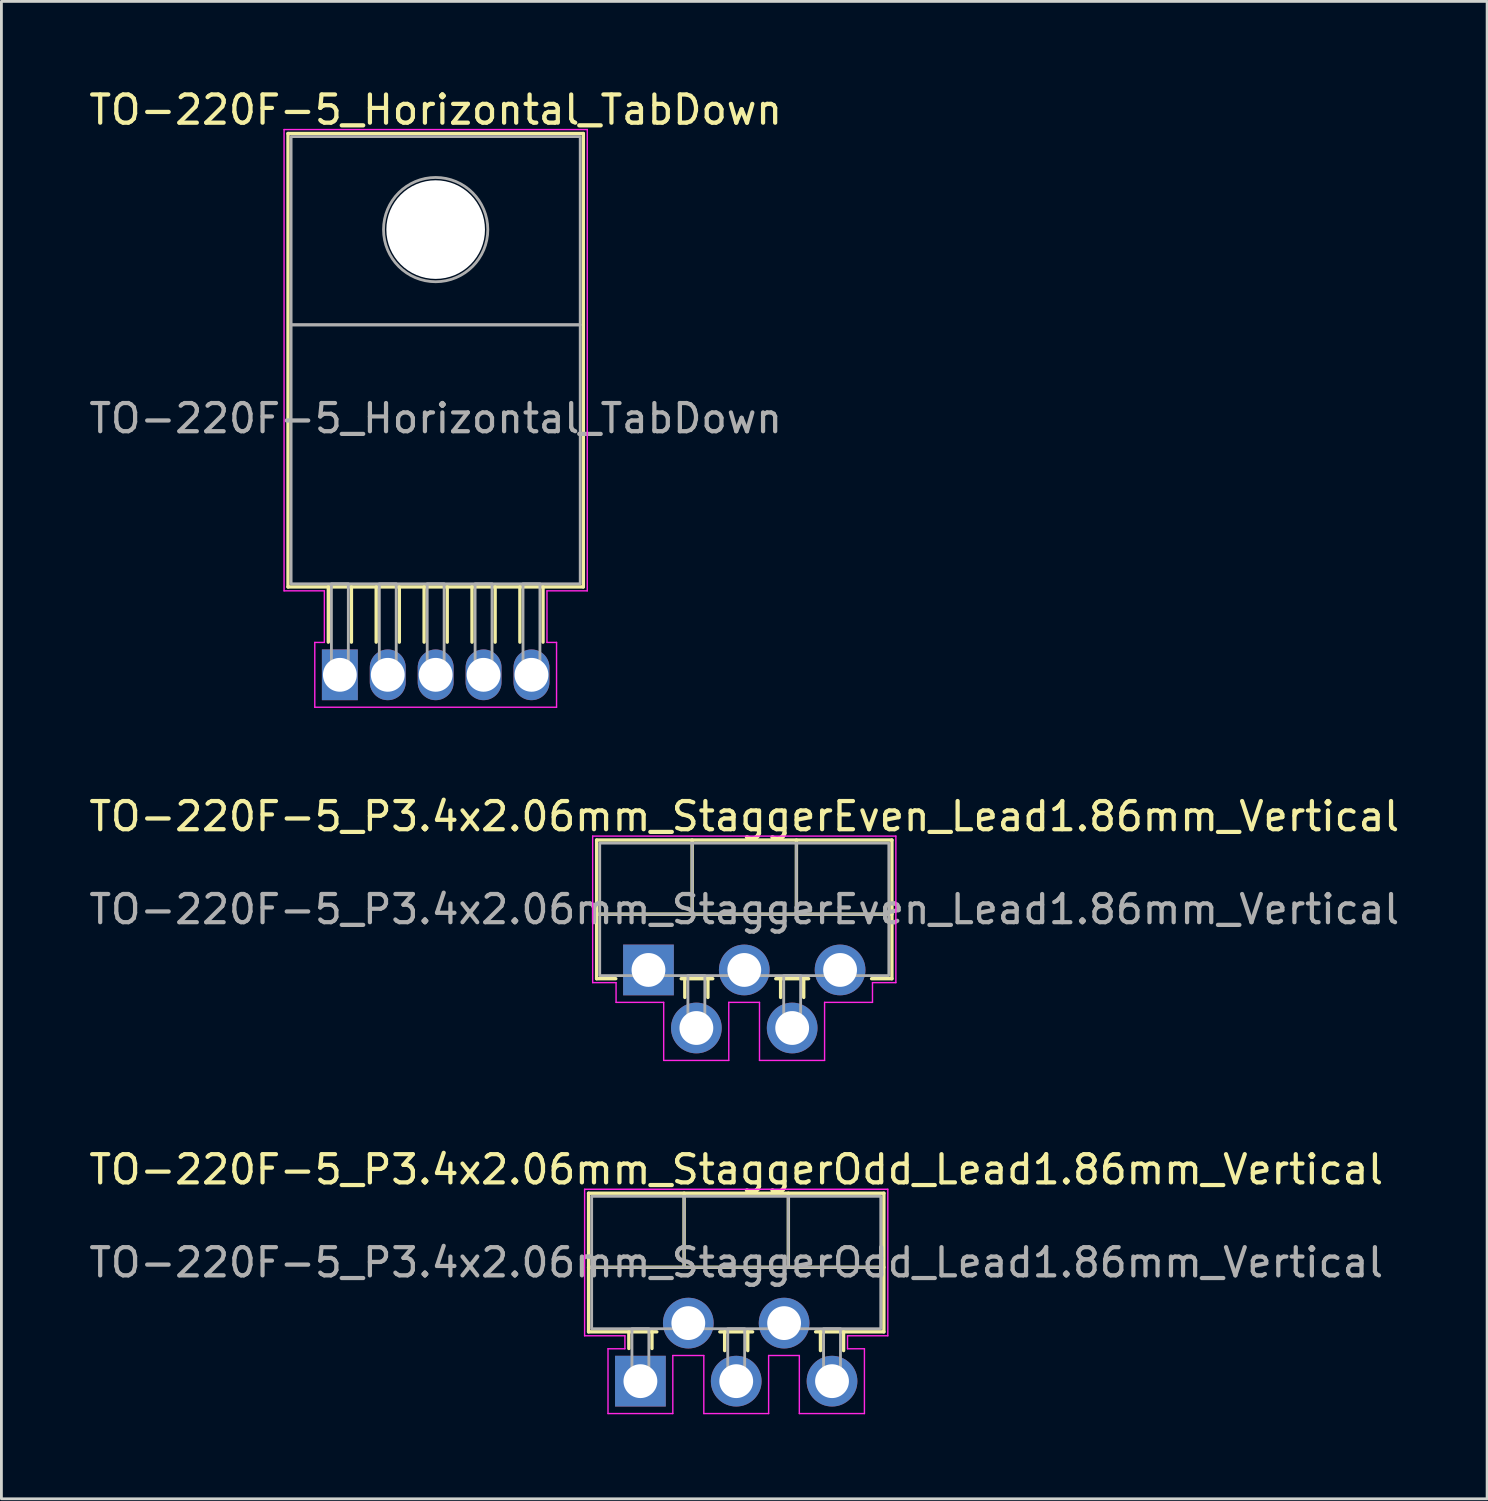
<source format=kicad_pcb>
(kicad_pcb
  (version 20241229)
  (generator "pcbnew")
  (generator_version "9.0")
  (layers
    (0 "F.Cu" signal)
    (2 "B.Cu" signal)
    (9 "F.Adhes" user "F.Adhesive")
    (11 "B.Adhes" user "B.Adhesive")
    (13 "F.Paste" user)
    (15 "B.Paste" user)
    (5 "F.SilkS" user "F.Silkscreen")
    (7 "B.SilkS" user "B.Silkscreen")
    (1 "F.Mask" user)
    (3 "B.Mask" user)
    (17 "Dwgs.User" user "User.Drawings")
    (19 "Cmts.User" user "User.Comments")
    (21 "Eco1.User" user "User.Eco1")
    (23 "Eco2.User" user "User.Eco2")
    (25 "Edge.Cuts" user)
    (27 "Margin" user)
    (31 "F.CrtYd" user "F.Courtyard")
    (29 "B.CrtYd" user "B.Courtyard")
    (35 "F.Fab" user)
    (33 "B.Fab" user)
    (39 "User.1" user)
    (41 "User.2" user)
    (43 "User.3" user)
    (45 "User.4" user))
  (footprint "TO-220F-5_P3.4x2.06mm_StaggerEven_Lead1.86mm_Vertical"
    (layer "F.Cu")
    (at 19.963 31.372)
    (property "Reference" "TO-220F-5_P3.4x2.06mm_StaggerEven_Lead1.86mm_Vertical" (at 3.4 -5.45 0) (layer "F.SilkS") (effects (font (size 1 1) (thickness 0.15))))
    (attr through_hole)
    (fp_line (start -1.84 -4.61) (end -1.84 0.31) (stroke (width 0.12) (type solid)) (layer "F.SilkS"))
    (fp_line (start -1.84 -4.61) (end 8.64 -4.61) (stroke (width 0.12) (type solid)) (layer "F.SilkS"))
    (fp_line (start -1.84 -1.98) (end 8.64 -1.98) (stroke (width 0.12) (type solid)) (layer "F.SilkS"))
    (fp_line (start -1.84 0.31) (end -1.16 0.31) (stroke (width 0.12) (type solid)) (layer "F.SilkS"))
    (fp_line (start 1.16 0.31) (end 2.282 0.31) (stroke (width 0.12) (type solid)) (layer "F.SilkS"))
    (fp_line (start 1.29 0.31) (end 1.29 0.975) (stroke (width 0.12) (type solid)) (layer "F.SilkS"))
    (fp_line (start 1.55 -4.61) (end 1.55 -1.98) (stroke (width 0.12) (type solid)) (layer "F.SilkS"))
    (fp_line (start 2.11 0.31) (end 2.11 0.975) (stroke (width 0.12) (type solid)) (layer "F.SilkS"))
    (fp_line (start 4.518 0.31) (end 5.682 0.31) (stroke (width 0.12) (type solid)) (layer "F.SilkS"))
    (fp_line (start 4.69 0.31) (end 4.69 0.975) (stroke (width 0.12) (type solid)) (layer "F.SilkS"))
    (fp_line (start 5.25 -4.61) (end 5.25 -1.98) (stroke (width 0.12) (type solid)) (layer "F.SilkS"))
    (fp_line (start 5.51 0.31) (end 5.51 0.975) (stroke (width 0.12) (type solid)) (layer "F.SilkS"))
    (fp_line (start 7.918 0.31) (end 8.64 0.31) (stroke (width 0.12) (type solid)) (layer "F.SilkS"))
    (fp_line (start 8.64 -4.61) (end 8.64 0.31) (stroke (width 0.12) (type solid)) (layer "F.SilkS"))
    (fp_line (start -1.98 -4.75) (end 8.78 -4.75) (stroke (width 0.05) (type solid)) (layer "F.CrtYd"))
    (fp_line (start -1.98 0.45) (end -1.98 -4.75) (stroke (width 0.05) (type solid)) (layer "F.CrtYd"))
    (fp_line (start -1.15 0.45) (end -1.98 0.45) (stroke (width 0.05) (type solid)) (layer "F.CrtYd"))
    (fp_line (start -1.15 1.15) (end -1.15 0.45) (stroke (width 0.05) (type solid)) (layer "F.CrtYd"))
    (fp_line (start 0.54 1.15) (end -1.15 1.15) (stroke (width 0.05) (type solid)) (layer "F.CrtYd"))
    (fp_line (start 0.54 3.21) (end 0.54 1.15) (stroke (width 0.05) (type solid)) (layer "F.CrtYd"))
    (fp_line (start 2.85 1.15) (end 2.85 3.21) (stroke (width 0.05) (type solid)) (layer "F.CrtYd"))
    (fp_line (start 2.85 3.21) (end 0.54 3.21) (stroke (width 0.05) (type solid)) (layer "F.CrtYd"))
    (fp_line (start 3.94 1.15) (end 2.85 1.15) (stroke (width 0.05) (type solid)) (layer "F.CrtYd"))
    (fp_line (start 3.94 3.21) (end 3.94 1.15) (stroke (width 0.05) (type solid)) (layer "F.CrtYd"))
    (fp_line (start 6.25 1.15) (end 6.25 3.21) (stroke (width 0.05) (type solid)) (layer "F.CrtYd"))
    (fp_line (start 6.25 3.21) (end 3.94 3.21) (stroke (width 0.05) (type solid)) (layer "F.CrtYd"))
    (fp_line (start 7.95 0.45) (end 7.95 1.15) (stroke (width 0.05) (type solid)) (layer "F.CrtYd"))
    (fp_line (start 7.95 1.15) (end 6.25 1.15) (stroke (width 0.05) (type solid)) (layer "F.CrtYd"))
    (fp_line (start 8.78 -4.75) (end 8.78 0.45) (stroke (width 0.05) (type solid)) (layer "F.CrtYd"))
    (fp_line (start 8.78 0.45) (end 7.95 0.45) (stroke (width 0.05) (type solid)) (layer "F.CrtYd"))
    (fp_line (start -1.73 -1.98) (end 8.53 -1.98) (stroke (width 0.1) (type solid)) (layer "F.Fab"))
    (fp_line (start 1.55 -4.5) (end 1.55 -1.98) (stroke (width 0.1) (type solid)) (layer "F.Fab"))
    (fp_line (start 5.25 -4.5) (end 5.25 -1.98) (stroke (width 0.1) (type solid)) (layer "F.Fab"))
    (fp_rect (start -1.73 -4.5) (end 8.53 0.2) (stroke (width 0.1) (type solid)) (fill no) (layer "F.Fab"))
    (fp_rect (start 1.4 0.2) (end 2 2.06) (stroke (width 0.1) (type solid)) (fill no) (layer "F.Fab"))
    (fp_rect (start 4.8 0.2) (end 5.4 2.06) (stroke (width 0.1) (type solid)) (fill no) (layer "F.Fab"))
    (fp_text user "${REFERENCE}" (at 3.4 -2.15 0) (layer "F.Fab") (effects (font (size 1 1) (thickness 0.15))))
    (pad "1" thru_hole rect (at 0 0) (size 1.8 1.8) (drill 1.2) (layers "*.Cu" "*.Mask"))
    (pad "2" thru_hole circle (at 1.7 2.06) (size 1.8 1.8) (drill 1.2) (layers "*.Cu" "*.Mask"))
    (pad "3" thru_hole circle (at 3.4 0) (size 1.8 1.8) (drill 1.2) (layers "*.Cu" "*.Mask"))
    (pad "4" thru_hole circle (at 5.1 2.06) (size 1.8 1.8) (drill 1.2) (layers "*.Cu" "*.Mask"))
    (pad "5" thru_hole circle (at 6.8 0) (size 1.8 1.8) (drill 1.2) (layers "*.Cu" "*.Mask")))
  (footprint "TO-220F-5_P3.4x2.06mm_StaggerOdd_Lead1.86mm_Vertical"
    (layer "F.Cu")
    (at 19.677 45.965)
    (property "Reference" "TO-220F-5_P3.4x2.06mm_StaggerOdd_Lead1.86mm_Vertical" (at 3.4 -7.51 0) (layer "F.SilkS") (effects (font (size 1 1) (thickness 0.15))))
    (attr through_hole)
    (fp_line (start -1.84 -6.67) (end -1.84 -1.75) (stroke (width 0.12) (type solid)) (layer "F.SilkS"))
    (fp_line (start -1.84 -6.67) (end 8.64 -6.67) (stroke (width 0.12) (type solid)) (layer "F.SilkS"))
    (fp_line (start -1.84 -4.04) (end 8.64 -4.04) (stroke (width 0.12) (type solid)) (layer "F.SilkS"))
    (fp_line (start -1.84 -1.75) (end 0.582 -1.75) (stroke (width 0.12) (type solid)) (layer "F.SilkS"))
    (fp_line (start -0.41 -1.75) (end -0.41 -1.16) (stroke (width 0.12) (type solid)) (layer "F.SilkS"))
    (fp_line (start 0.41 -1.75) (end 0.41 -1.16) (stroke (width 0.12) (type solid)) (layer "F.SilkS"))
    (fp_line (start 1.55 -6.67) (end 1.55 -4.04) (stroke (width 0.12) (type solid)) (layer "F.SilkS"))
    (fp_line (start 2.818 -1.75) (end 3.982 -1.75) (stroke (width 0.12) (type solid)) (layer "F.SilkS"))
    (fp_line (start 2.99 -1.75) (end 2.99 -1.085) (stroke (width 0.12) (type solid)) (layer "F.SilkS"))
    (fp_line (start 3.81 -1.75) (end 3.81 -1.085) (stroke (width 0.12) (type solid)) (layer "F.SilkS"))
    (fp_line (start 5.25 -6.67) (end 5.25 -4.04) (stroke (width 0.12) (type solid)) (layer "F.SilkS"))
    (fp_line (start 6.218 -1.75) (end 8.64 -1.75) (stroke (width 0.12) (type solid)) (layer "F.SilkS"))
    (fp_line (start 6.39 -1.75) (end 6.39 -1.085) (stroke (width 0.12) (type solid)) (layer "F.SilkS"))
    (fp_line (start 7.21 -1.75) (end 7.21 -1.085) (stroke (width 0.12) (type solid)) (layer "F.SilkS"))
    (fp_line (start 8.64 -6.67) (end 8.64 -1.75) (stroke (width 0.12) (type solid)) (layer "F.SilkS"))
    (fp_line (start -1.98 -6.81) (end 8.78 -6.81) (stroke (width 0.05) (type solid)) (layer "F.CrtYd"))
    (fp_line (start -1.98 -1.61) (end -1.98 -6.81) (stroke (width 0.05) (type solid)) (layer "F.CrtYd"))
    (fp_line (start -1.15 -1.15) (end -0.55 -1.15) (stroke (width 0.05) (type solid)) (layer "F.CrtYd"))
    (fp_line (start -1.15 1.15) (end -1.15 -1.15) (stroke (width 0.05) (type solid)) (layer "F.CrtYd"))
    (fp_line (start -0.55 -1.61) (end -1.98 -1.61) (stroke (width 0.05) (type solid)) (layer "F.CrtYd"))
    (fp_line (start -0.55 -1.15) (end -0.55 -1.61) (stroke (width 0.05) (type solid)) (layer "F.CrtYd"))
    (fp_line (start 1.15 -0.91) (end 1.15 1.15) (stroke (width 0.05) (type solid)) (layer "F.CrtYd"))
    (fp_line (start 1.15 1.15) (end -1.15 1.15) (stroke (width 0.05) (type solid)) (layer "F.CrtYd"))
    (fp_line (start 2.25 -0.91) (end 1.15 -0.91) (stroke (width 0.05) (type solid)) (layer "F.CrtYd"))
    (fp_line (start 2.25 1.15) (end 2.25 -0.91) (stroke (width 0.05) (type solid)) (layer "F.CrtYd"))
    (fp_line (start 4.55 -0.91) (end 4.55 1.15) (stroke (width 0.05) (type solid)) (layer "F.CrtYd"))
    (fp_line (start 4.55 1.15) (end 2.25 1.15) (stroke (width 0.05) (type solid)) (layer "F.CrtYd"))
    (fp_line (start 5.64 -0.91) (end 4.55 -0.91) (stroke (width 0.05) (type solid)) (layer "F.CrtYd"))
    (fp_line (start 5.64 1.15) (end 5.64 -0.91) (stroke (width 0.05) (type solid)) (layer "F.CrtYd"))
    (fp_line (start 7.35 -1.61) (end 7.35 -1.15) (stroke (width 0.05) (type solid)) (layer "F.CrtYd"))
    (fp_line (start 7.35 -1.15) (end 7.95 -1.15) (stroke (width 0.05) (type solid)) (layer "F.CrtYd"))
    (fp_line (start 7.95 -1.15) (end 7.95 1.15) (stroke (width 0.05) (type solid)) (layer "F.CrtYd"))
    (fp_line (start 7.95 1.15) (end 5.64 1.15) (stroke (width 0.05) (type solid)) (layer "F.CrtYd"))
    (fp_line (start 8.78 -6.81) (end 8.78 -1.61) (stroke (width 0.05) (type solid)) (layer "F.CrtYd"))
    (fp_line (start 8.78 -1.61) (end 7.35 -1.61) (stroke (width 0.05) (type solid)) (layer "F.CrtYd"))
    (fp_line (start -1.73 -4.04) (end 8.53 -4.04) (stroke (width 0.1) (type solid)) (layer "F.Fab"))
    (fp_line (start 1.55 -6.56) (end 1.55 -4.04) (stroke (width 0.1) (type solid)) (layer "F.Fab"))
    (fp_line (start 5.25 -6.56) (end 5.25 -4.04) (stroke (width 0.1) (type solid)) (layer "F.Fab"))
    (fp_rect (start -1.73 -6.56) (end 8.53 -1.86) (stroke (width 0.1) (type solid)) (fill no) (layer "F.Fab"))
    (fp_rect (start -0.3 -1.86) (end 0.3 0) (stroke (width 0.1) (type solid)) (fill no) (layer "F.Fab"))
    (fp_rect (start 3.1 -1.86) (end 3.7 0) (stroke (width 0.1) (type solid)) (fill no) (layer "F.Fab"))
    (fp_rect (start 6.5 -1.86) (end 7.1 0) (stroke (width 0.1) (type solid)) (fill no) (layer "F.Fab"))
    (fp_text user "${REFERENCE}" (at 3.4 -4.21 0) (layer "F.Fab") (effects (font (size 1 1) (thickness 0.15))))
    (pad "1" thru_hole rect (at 0 0) (size 1.8 1.8) (drill 1.2) (layers "*.Cu" "*.Mask"))
    (pad "2" thru_hole circle (at 1.7 -2.06) (size 1.8 1.8) (drill 1.2) (layers "*.Cu" "*.Mask"))
    (pad "3" thru_hole circle (at 3.4 0) (size 1.8 1.8) (drill 1.2) (layers "*.Cu" "*.Mask"))
    (pad "4" thru_hole circle (at 5.1 -2.06) (size 1.8 1.8) (drill 1.2) (layers "*.Cu" "*.Mask"))
    (pad "5" thru_hole circle (at 6.8 0) (size 1.8 1.8) (drill 1.2) (layers "*.Cu" "*.Mask")))
  (footprint "TO-220F-5_Horizontal_TabDown"
    (layer "F.Cu")
    (at 9.011 20.898)
    (property "Reference" "TO-220F-5_Horizontal_TabDown" (at 3.4 -20.05 0) (layer "F.SilkS") (effects (font (size 1 1) (thickness 0.15))))
    (attr through_hole)
    (fp_line (start -1.84 -19.21) (end 8.64 -19.21) (stroke (width 0.12) (type solid)) (layer "F.SilkS"))
    (fp_line (start -1.84 -3.12) (end -1.84 -19.21) (stroke (width 0.12) (type solid)) (layer "F.SilkS"))
    (fp_line (start -1.84 -3.12) (end 8.64 -3.12) (stroke (width 0.12) (type solid)) (layer "F.SilkS"))
    (fp_line (start -0.41 -3.12) (end -0.41 -1.16) (stroke (width 0.12) (type solid)) (layer "F.SilkS"))
    (fp_line (start 0.41 -3.12) (end 0.41 -1.16) (stroke (width 0.12) (type solid)) (layer "F.SilkS"))
    (fp_line (start 1.29 -3.12) (end 1.29 -1.16) (stroke (width 0.12) (type solid)) (layer "F.SilkS"))
    (fp_line (start 2.11 -3.12) (end 2.11 -1.16) (stroke (width 0.12) (type solid)) (layer "F.SilkS"))
    (fp_line (start 2.99 -3.12) (end 2.99 -1.16) (stroke (width 0.12) (type solid)) (layer "F.SilkS"))
    (fp_line (start 3.81 -3.12) (end 3.81 -1.16) (stroke (width 0.12) (type solid)) (layer "F.SilkS"))
    (fp_line (start 4.69 -3.12) (end 4.69 -1.16) (stroke (width 0.12) (type solid)) (layer "F.SilkS"))
    (fp_line (start 5.51 -3.12) (end 5.51 -1.16) (stroke (width 0.12) (type solid)) (layer "F.SilkS"))
    (fp_line (start 6.39 -3.12) (end 6.39 -1.16) (stroke (width 0.12) (type solid)) (layer "F.SilkS"))
    (fp_line (start 7.21 -3.12) (end 7.21 -1.16) (stroke (width 0.12) (type solid)) (layer "F.SilkS"))
    (fp_line (start 8.64 -3.12) (end 8.64 -19.21) (stroke (width 0.12) (type solid)) (layer "F.SilkS"))
    (fp_line (start -1.98 -19.35) (end 8.78 -19.35) (stroke (width 0.05) (type solid)) (layer "F.CrtYd"))
    (fp_line (start -1.98 -2.98) (end -1.98 -19.35) (stroke (width 0.05) (type solid)) (layer "F.CrtYd"))
    (fp_line (start -0.89 -1.15) (end -0.55 -1.15) (stroke (width 0.05) (type solid)) (layer "F.CrtYd"))
    (fp_line (start -0.89 1.15) (end -0.89 -1.15) (stroke (width 0.05) (type solid)) (layer "F.CrtYd"))
    (fp_line (start -0.55 -2.98) (end -1.98 -2.98) (stroke (width 0.05) (type solid)) (layer "F.CrtYd"))
    (fp_line (start -0.55 -1.15) (end -0.55 -2.98) (stroke (width 0.05) (type solid)) (layer "F.CrtYd"))
    (fp_line (start 7.35 -2.98) (end 7.35 -1.15) (stroke (width 0.05) (type solid)) (layer "F.CrtYd"))
    (fp_line (start 7.35 -1.15) (end 7.69 -1.15) (stroke (width 0.05) (type solid)) (layer "F.CrtYd"))
    (fp_line (start 7.69 -1.15) (end 7.69 1.15) (stroke (width 0.05) (type solid)) (layer "F.CrtYd"))
    (fp_line (start 7.69 1.15) (end -0.89 1.15) (stroke (width 0.05) (type solid)) (layer "F.CrtYd"))
    (fp_line (start 8.78 -19.35) (end 8.78 -2.98) (stroke (width 0.05) (type solid)) (layer "F.CrtYd"))
    (fp_line (start 8.78 -2.98) (end 7.35 -2.98) (stroke (width 0.05) (type solid)) (layer "F.CrtYd"))
    (fp_rect (start -1.73 -19.1) (end 8.53 -12.42) (stroke (width 0.1) (type solid)) (fill no) (layer "F.Fab"))
    (fp_rect (start -1.73 -3.23) (end 8.53 -12.42) (stroke (width 0.1) (type solid)) (fill no) (layer "F.Fab"))
    (fp_rect (start -0.3 -3.23) (end 0.3 0) (stroke (width 0.1) (type solid)) (fill no) (layer "F.Fab"))
    (fp_rect (start 1.4 -3.23) (end 2 0) (stroke (width 0.1) (type solid)) (fill no) (layer "F.Fab"))
    (fp_rect (start 3.1 -3.23) (end 3.7 0) (stroke (width 0.1) (type solid)) (fill no) (layer "F.Fab"))
    (fp_rect (start 4.8 -3.23) (end 5.4 0) (stroke (width 0.1) (type solid)) (fill no) (layer "F.Fab"))
    (fp_rect (start 6.5 -3.23) (end 7.1 0) (stroke (width 0.1) (type solid)) (fill no) (layer "F.Fab"))
    (fp_circle (center 3.4 -15.8) (end 5.25 -15.8) (stroke (width 0.1) (type solid)) (fill no) (layer "F.Fab"))
    (fp_text user "${REFERENCE}" (at 3.4 -9.1 0) (layer "F.Fab") (effects (font (size 1 1) (thickness 0.15))))
    (pad "" np_thru_hole circle (at 3.4 -15.8) (size 3.5 3.5) (drill 3.5) (layers "*.Cu" "*.Mask"))
    (pad "1" thru_hole rect (at 0 0) (size 1.275 1.8) (drill 1.2) (layers "*.Cu" "*.Mask"))
    (pad "2" thru_hole oval (at 1.7 0) (size 1.275 1.8) (drill 1.2) (layers "*.Cu" "*.Mask"))
    (pad "3" thru_hole oval (at 3.4 0) (size 1.275 1.8) (drill 1.2) (layers "*.Cu" "*.Mask"))
    (pad "4" thru_hole oval (at 5.1 0) (size 1.275 1.8) (drill 1.2) (layers "*.Cu" "*.Mask"))
    (pad "5" thru_hole oval (at 6.8 0) (size 1.275 1.8) (drill 1.2) (layers "*.Cu" "*.Mask")))
  (gr_rect
    (start -3 -3)
    (end 49.726 50.14)
    (stroke (width 0.1) (type default))
    (fill no)
    (layer "Edge.Cuts")))
</source>
